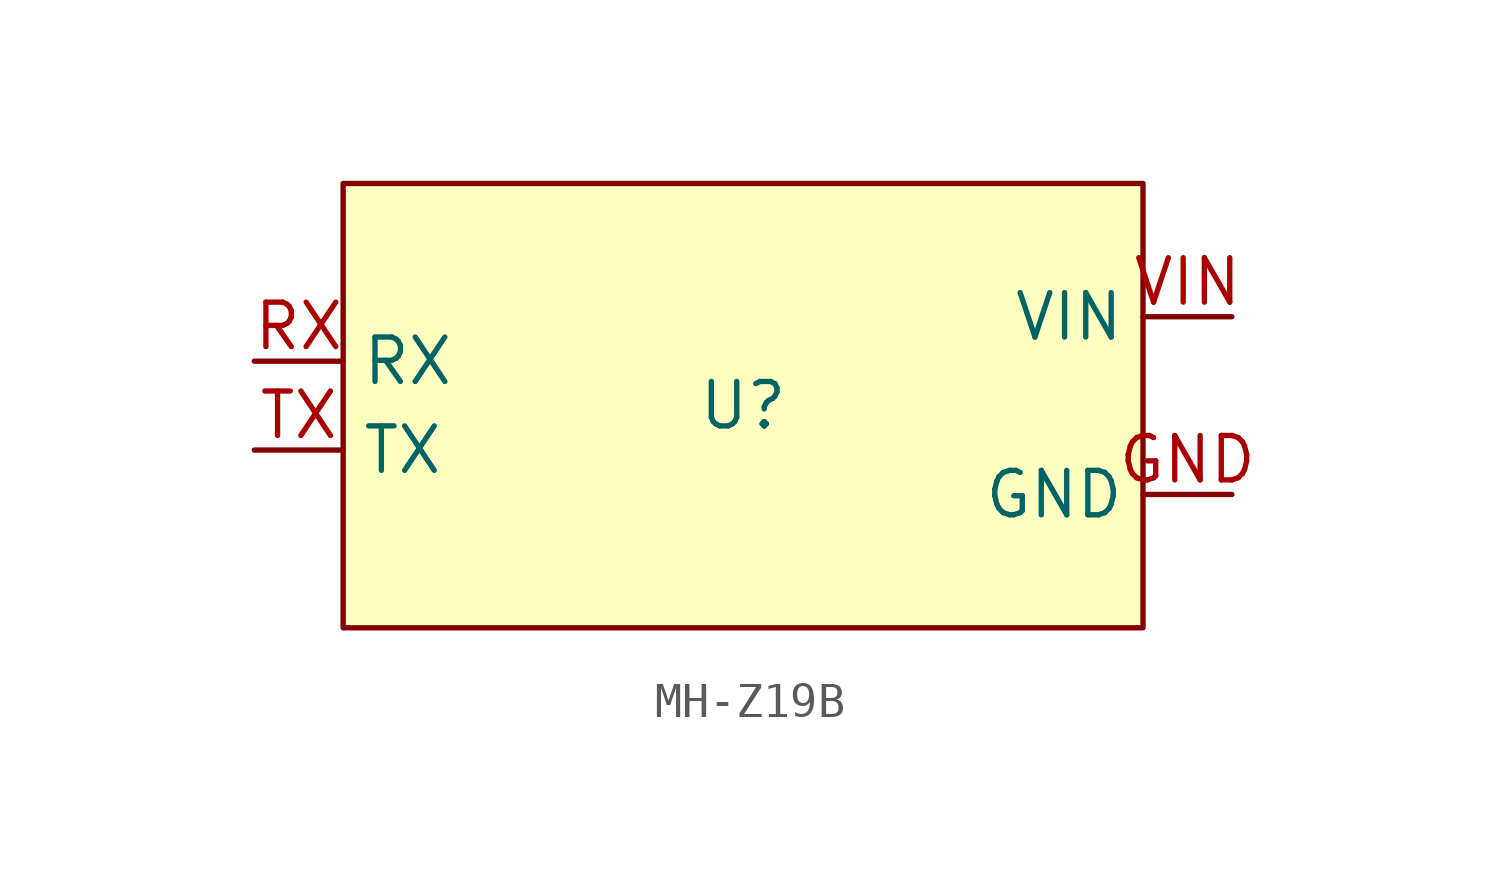
<source format=kicad_sym>
(kicad_symbol_lib
  (version 20231120)
  (generator "kicad_symbol_editor")
  (generator_version "8.0")
  (symbol "MH-Z19B"
    (property "Reference" "U"
      (at 0 0 0)
      (effects (font (size 1.27 1.27))))
    (property "Value" ""
      (at 0 0 0)
      (effects (font (size 1.27 1.27))))
    (symbol "MH-Z19B_1_1"
      (rectangle (start -11.43 6.35) (end 11.43 -6.35) (stroke (width 0) (type default)) (fill (type background)))
      (pin power_in line (at 13.97 -2.54 180) (length 2.54) (name "GND" (effects (font (size 1.27 1.27)))) (number "GND" (effects (font (size 1.27 1.27)))))
      (pin input line (at -13.97 1.27 0) (length 2.54) (name "RX" (effects (font (size 1.27 1.27)))) (number "RX" (effects (font (size 1.27 1.27)))))
      (pin output line (at -13.97 -1.27 0) (length 2.54) (name "TX" (effects (font (size 1.27 1.27)))) (number "TX" (effects (font (size 1.27 1.27)))))
      (pin power_in line (at 13.97 2.54 180) (length 2.54) (name "VIN" (effects (font (size 1.27 1.27)))) (number "VIN" (effects (font (size 1.27 1.27))))))))
</source>
